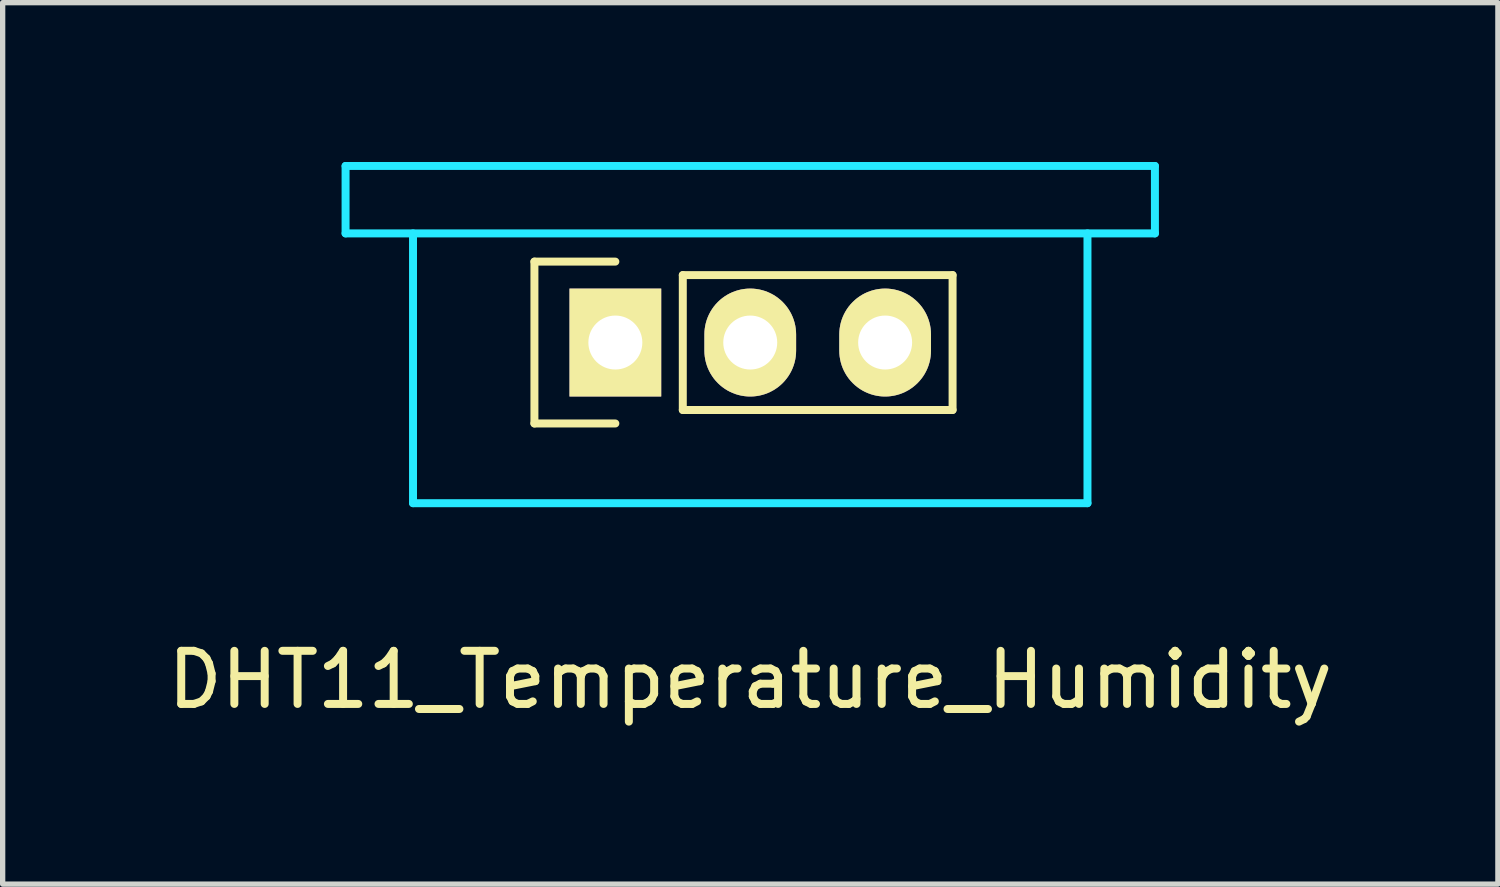
<source format=kicad_pcb>
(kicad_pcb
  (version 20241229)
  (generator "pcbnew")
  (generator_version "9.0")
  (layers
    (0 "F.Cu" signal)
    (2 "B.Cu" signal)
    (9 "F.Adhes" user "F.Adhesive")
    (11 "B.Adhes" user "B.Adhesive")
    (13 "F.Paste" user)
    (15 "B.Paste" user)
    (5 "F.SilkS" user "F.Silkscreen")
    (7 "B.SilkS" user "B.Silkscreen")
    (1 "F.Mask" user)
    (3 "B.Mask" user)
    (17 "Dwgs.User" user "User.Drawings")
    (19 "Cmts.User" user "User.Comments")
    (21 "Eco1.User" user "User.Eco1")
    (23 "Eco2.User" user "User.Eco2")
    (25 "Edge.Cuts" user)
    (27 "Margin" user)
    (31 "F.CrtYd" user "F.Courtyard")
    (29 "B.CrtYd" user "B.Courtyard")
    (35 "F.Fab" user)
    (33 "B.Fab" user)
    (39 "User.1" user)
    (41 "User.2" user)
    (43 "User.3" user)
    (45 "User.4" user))
  (footprint "DHT11_Temperature_Humidity"
    (layer "F.Cu")
    (at 11.077 3.4)
    (property "Reference" "DHT11_Temperature_Humidity" (at 0 6.35 0) (layer "F.SilkS") (effects (font (size 1 1) (thickness 0.15))))
    (attr through_hole)
    (fp_line (start -4.064 -1.524) (end -4.064 1.524) (stroke (width 0.15) (type solid)) (layer "F.SilkS"))
    (fp_line (start -4.064 1.524) (end -2.54 1.524) (stroke (width 0.15) (type solid)) (layer "F.SilkS"))
    (fp_line (start -2.54 -1.524) (end -4.064 -1.524) (stroke (width 0.15) (type solid)) (layer "F.SilkS"))
    (fp_line (start -1.27 -1.27) (end 3.81 -1.27) (stroke (width 0.15) (type solid)) (layer "F.SilkS"))
    (fp_line (start -1.27 1.27) (end -1.27 -1.27) (stroke (width 0.15) (type solid)) (layer "F.SilkS"))
    (fp_line (start 3.81 -1.27) (end 3.81 1.27) (stroke (width 0.15) (type solid)) (layer "F.SilkS"))
    (fp_line (start 3.81 1.27) (end -1.27 1.27) (stroke (width 0.15) (type solid)) (layer "F.SilkS"))
    (fp_line (start -7.62 -3.325) (end 7.62 -3.325) (stroke (width 0.15) (type solid)) (layer "B.CrtYd"))
    (fp_line (start -7.62 -2.055) (end -7.62 -3.325) (stroke (width 0.15) (type solid)) (layer "B.CrtYd"))
    (fp_line (start -6.35 -2.055) (end -6.35 3.025) (stroke (width 0.15) (type solid)) (layer "B.CrtYd"))
    (fp_line (start -6.35 3.025) (end 6.35 3.025) (stroke (width 0.15) (type solid)) (layer "B.CrtYd"))
    (fp_line (start 6.35 3.025) (end 6.35 -2.055) (stroke (width 0.15) (type solid)) (layer "B.CrtYd"))
    (fp_line (start 7.62 -3.325) (end 7.62 -2.055) (stroke (width 0.15) (type solid)) (layer "B.CrtYd"))
    (fp_line (start 7.62 -2.055) (end -7.62 -2.055) (stroke (width 0.15) (type solid)) (layer "B.CrtYd"))
    (pad "1" thru_hole rect (at -2.54 0 90) (size 2.032 1.727) (drill 1.016) (layers "*.Cu" "*.Mask" "F.SilkS"))
    (pad "2" thru_hole oval (at 0 0 90) (size 2.032 1.727) (drill 1.016) (layers "*.Cu" "*.Mask" "F.SilkS"))
    (pad "3" thru_hole oval (at 2.54 0 90) (size 2.032 1.727) (drill 1.016) (layers "*.Cu" "*.Mask" "F.SilkS")))
  (gr_rect
    (start -3 -3)
    (end 25.155 13.598)
    (stroke (width 0.1) (type default))
    (fill no)
    (layer "Edge.Cuts")))
</source>
